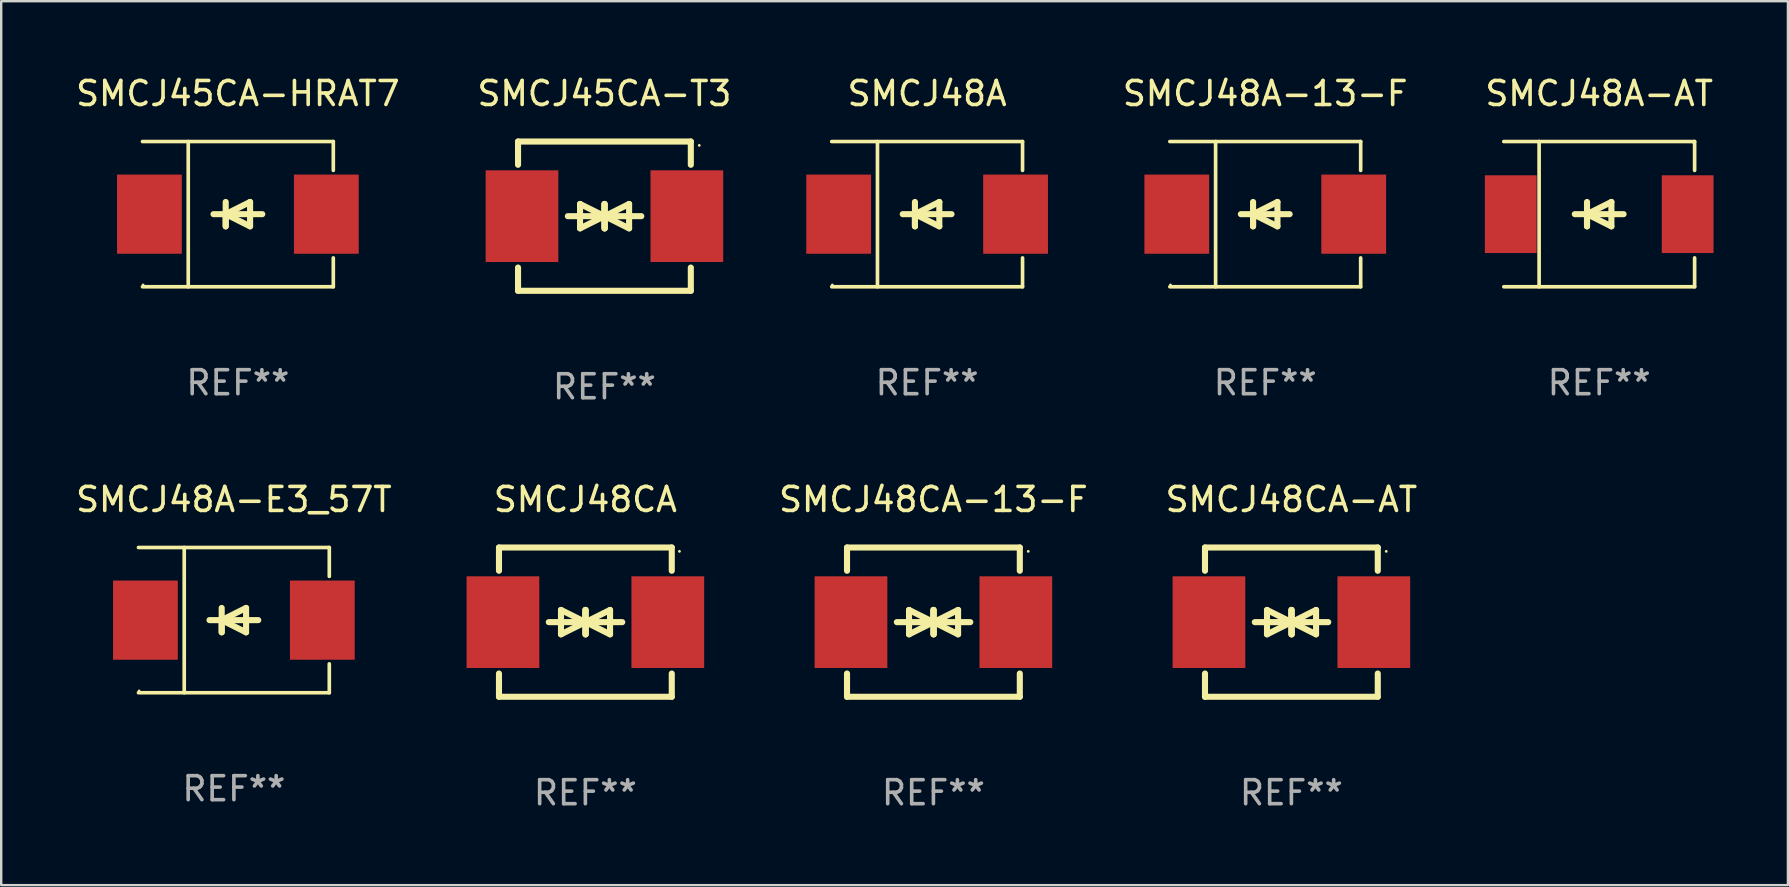
<source format=kicad_pcb>
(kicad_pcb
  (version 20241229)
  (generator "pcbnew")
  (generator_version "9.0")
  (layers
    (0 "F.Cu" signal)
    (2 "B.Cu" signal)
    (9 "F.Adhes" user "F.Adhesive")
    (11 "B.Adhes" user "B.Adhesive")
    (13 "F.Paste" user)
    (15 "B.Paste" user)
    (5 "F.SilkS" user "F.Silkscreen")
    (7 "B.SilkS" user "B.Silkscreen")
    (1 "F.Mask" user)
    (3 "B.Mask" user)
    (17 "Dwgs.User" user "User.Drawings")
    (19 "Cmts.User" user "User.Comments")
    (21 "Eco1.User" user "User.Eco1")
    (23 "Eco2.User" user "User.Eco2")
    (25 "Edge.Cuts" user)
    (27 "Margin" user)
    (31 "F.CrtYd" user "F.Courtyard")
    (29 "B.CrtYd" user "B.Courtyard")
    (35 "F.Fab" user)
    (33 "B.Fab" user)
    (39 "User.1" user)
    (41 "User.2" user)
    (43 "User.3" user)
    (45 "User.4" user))
  (footprint "SMCJ45CA-T3"
    (layer "F.Cu")
    (at 22.137 5.958)
    (property "Reference" "SMCJ45CA-T3" (at 0 -5.11 0) (layer "F.SilkS") (effects (font (size 1 1) (thickness 0.15))))
    (attr through_hole)
    (fp_line (start -3.6 -2.141) (end -3.6 -3.11) (stroke (width 0.254) (type solid)) (layer "F.SilkS"))
    (fp_line (start -3.6 3.11) (end -3.6 2.141) (stroke (width 0.254) (type solid)) (layer "F.SilkS"))
    (fp_line (start -1.524 0) (end 0.508 0) (stroke (width 0.254) (type solid)) (layer "F.SilkS"))
    (fp_line (start -1.016 -0.508) (end -1.016 0.508) (stroke (width 0.254) (type solid)) (layer "F.SilkS"))
    (fp_line (start -1.016 0.508) (end 0 0) (stroke (width 0.254) (type solid)) (layer "F.SilkS"))
    (fp_line (start 0 -0.508) (end 0 0.508) (stroke (width 0.254) (type solid)) (layer "F.SilkS"))
    (fp_line (start 0 0) (end -1.016 -0.508) (stroke (width 0.254) (type solid)) (layer "F.SilkS"))
    (fp_line (start 0 0) (end 0 -0.508) (stroke (width 0.254) (type solid)) (layer "F.SilkS"))
    (fp_line (start 0.012 0) (end 0.012 0.508) (stroke (width 0.254) (type solid)) (layer "F.SilkS"))
    (fp_line (start 0.012 0) (end 1.028 0.508) (stroke (width 0.254) (type solid)) (layer "F.SilkS"))
    (fp_line (start 0.012 0.508) (end 0.012 -0.508) (stroke (width 0.254) (type solid)) (layer "F.SilkS"))
    (fp_line (start 1.028 -0.508) (end 0.012 0) (stroke (width 0.254) (type solid)) (layer "F.SilkS"))
    (fp_line (start 1.028 0.508) (end 1.028 -0.508) (stroke (width 0.254) (type solid)) (layer "F.SilkS"))
    (fp_line (start 1.536 0) (end -0.496 0) (stroke (width 0.254) (type solid)) (layer "F.SilkS"))
    (fp_line (start 3.6 -3.11) (end -3.6 -3.11) (stroke (width 0.254) (type solid)) (layer "F.SilkS"))
    (fp_line (start 3.6 -2.141) (end 3.6 -3.11) (stroke (width 0.254) (type solid)) (layer "F.SilkS"))
    (fp_line (start 3.6 3.11) (end -3.6 3.11) (stroke (width 0.254) (type solid)) (layer "F.SilkS"))
    (fp_line (start 3.6 3.11) (end 3.6 2.141) (stroke (width 0.254) (type solid)) (layer "F.SilkS"))
    (fp_circle (center 3.952 -2.95) (end 3.982 -2.95) (stroke (width 0.06) (type solid)) (fill no) (layer "F.SilkS"))
    (fp_text user "REF**" (at 0 7.11 0) (layer "F.Fab") (effects (font (size 1 1) (thickness 0.15))))
    (pad "1" smd rect (at 3.435 0) (size 3.03 3.82) (layers "F.Cu" "F.Mask" "F.Paste"))
    (pad "2" smd rect (at -3.435 0) (size 3.03 3.82) (layers "F.Cu" "F.Mask" "F.Paste")))
  (footprint "SMCJ48A-E3_57T"
    (layer "F.Cu")
    (at 6.696 22.791)
    (property "Reference" "SMCJ48A-E3_57T" (at 0 -5.026 0) (layer "F.SilkS") (effects (font (size 1 1) (thickness 0.15))))
    (attr through_hole)
    (fp_line (start -3.976 -3.026) (end 3.976 -3.026) (stroke (width 0.152) (type solid)) (layer "F.SilkS"))
    (fp_line (start -3.976 3.026) (end 3.976 3.026) (stroke (width 0.152) (type solid)) (layer "F.SilkS"))
    (fp_line (start -2.069 -3.026) (end -2.069 3.026) (stroke (width 0.152) (type solid)) (layer "F.SilkS"))
    (fp_line (start -0.508 0) (end -0.508 0.508) (stroke (width 0.254) (type solid)) (layer "F.SilkS"))
    (fp_line (start -0.508 0) (end 0.508 0.508) (stroke (width 0.254) (type solid)) (layer "F.SilkS"))
    (fp_line (start -0.508 0.508) (end -0.508 -0.508) (stroke (width 0.254) (type solid)) (layer "F.SilkS"))
    (fp_line (start 0.508 -0.508) (end -0.508 0) (stroke (width 0.254) (type solid)) (layer "F.SilkS"))
    (fp_line (start 0.508 0.508) (end 0.508 -0.508) (stroke (width 0.254) (type solid)) (layer "F.SilkS"))
    (fp_line (start 1.016 0) (end -1.016 0) (stroke (width 0.254) (type solid)) (layer "F.SilkS"))
    (fp_line (start 3.976 -3.026) (end 3.976 -1.823) (stroke (width 0.152) (type solid)) (layer "F.SilkS"))
    (fp_line (start 3.976 3.026) (end 3.976 1.823) (stroke (width 0.152) (type solid)) (layer "F.SilkS"))
    (fp_circle (center -3.95 2.95) (end -3.92 2.95) (stroke (width 0.06) (type solid)) (fill no) (layer "F.SilkS"))
    (fp_text user "REF**" (at 0 7.026 0) (layer "F.Fab") (effects (font (size 1 1) (thickness 0.15))))
    (pad "1" smd rect (at -3.686 0) (size 2.7 3.3) (layers "F.Cu" "F.Mask" "F.Paste"))
    (pad "2" smd rect (at 3.686 0) (size 2.7 3.3) (layers "F.Cu" "F.Mask" "F.Paste")))
  (footprint "SMCJ48A"
    (layer "F.Cu")
    (at 35.584 5.874)
    (property "Reference" "SMCJ48A" (at 0 -5.026 0) (layer "F.SilkS") (effects (font (size 1 1) (thickness 0.15))))
    (attr through_hole)
    (fp_line (start -3.976 -3.026) (end 3.976 -3.026) (stroke (width 0.152) (type solid)) (layer "F.SilkS"))
    (fp_line (start -3.976 3.026) (end 3.976 3.026) (stroke (width 0.152) (type solid)) (layer "F.SilkS"))
    (fp_line (start -2.069 -3.026) (end -2.069 3.026) (stroke (width 0.152) (type solid)) (layer "F.SilkS"))
    (fp_line (start -0.508 0) (end -0.508 0.508) (stroke (width 0.254) (type solid)) (layer "F.SilkS"))
    (fp_line (start -0.508 0) (end 0.508 0.508) (stroke (width 0.254) (type solid)) (layer "F.SilkS"))
    (fp_line (start -0.508 0.508) (end -0.508 -0.508) (stroke (width 0.254) (type solid)) (layer "F.SilkS"))
    (fp_line (start 0.508 -0.508) (end -0.508 0) (stroke (width 0.254) (type solid)) (layer "F.SilkS"))
    (fp_line (start 0.508 0.508) (end 0.508 -0.508) (stroke (width 0.254) (type solid)) (layer "F.SilkS"))
    (fp_line (start 1.016 0) (end -1.016 0) (stroke (width 0.254) (type solid)) (layer "F.SilkS"))
    (fp_line (start 3.976 -3.026) (end 3.976 -1.823) (stroke (width 0.152) (type solid)) (layer "F.SilkS"))
    (fp_line (start 3.976 3.026) (end 3.976 1.823) (stroke (width 0.152) (type solid)) (layer "F.SilkS"))
    (fp_circle (center -3.95 2.95) (end -3.92 2.95) (stroke (width 0.06) (type solid)) (fill no) (layer "F.SilkS"))
    (fp_text user "REF**" (at 0 7.026 0) (layer "F.Fab") (effects (font (size 1 1) (thickness 0.15))))
    (pad "1" smd rect (at -3.686 0) (size 2.7 3.3) (layers "F.Cu" "F.Mask" "F.Paste"))
    (pad "2" smd rect (at 3.686 0) (size 2.7 3.3) (layers "F.Cu" "F.Mask" "F.Paste")))
  (footprint "SMCJ48CA-13-F"
    (layer "F.Cu")
    (at 35.846 22.875)
    (property "Reference" "SMCJ48CA-13-F" (at 0 -5.11 0) (layer "F.SilkS") (effects (font (size 1 1) (thickness 0.15))))
    (attr through_hole)
    (fp_line (start -3.6 -2.141) (end -3.6 -3.11) (stroke (width 0.254) (type solid)) (layer "F.SilkS"))
    (fp_line (start -3.6 3.11) (end -3.6 2.141) (stroke (width 0.254) (type solid)) (layer "F.SilkS"))
    (fp_line (start -1.524 0) (end 0.508 0) (stroke (width 0.254) (type solid)) (layer "F.SilkS"))
    (fp_line (start -1.016 -0.508) (end -1.016 0.508) (stroke (width 0.254) (type solid)) (layer "F.SilkS"))
    (fp_line (start -1.016 0.508) (end 0 0) (stroke (width 0.254) (type solid)) (layer "F.SilkS"))
    (fp_line (start 0 -0.508) (end 0 0.508) (stroke (width 0.254) (type solid)) (layer "F.SilkS"))
    (fp_line (start 0 0) (end -1.016 -0.508) (stroke (width 0.254) (type solid)) (layer "F.SilkS"))
    (fp_line (start 0 0) (end 0 -0.508) (stroke (width 0.254) (type solid)) (layer "F.SilkS"))
    (fp_line (start 0.012 0) (end 0.012 0.508) (stroke (width 0.254) (type solid)) (layer "F.SilkS"))
    (fp_line (start 0.012 0) (end 1.028 0.508) (stroke (width 0.254) (type solid)) (layer "F.SilkS"))
    (fp_line (start 0.012 0.508) (end 0.012 -0.508) (stroke (width 0.254) (type solid)) (layer "F.SilkS"))
    (fp_line (start 1.028 -0.508) (end 0.012 0) (stroke (width 0.254) (type solid)) (layer "F.SilkS"))
    (fp_line (start 1.028 0.508) (end 1.028 -0.508) (stroke (width 0.254) (type solid)) (layer "F.SilkS"))
    (fp_line (start 1.536 0) (end -0.496 0) (stroke (width 0.254) (type solid)) (layer "F.SilkS"))
    (fp_line (start 3.6 -3.11) (end -3.6 -3.11) (stroke (width 0.254) (type solid)) (layer "F.SilkS"))
    (fp_line (start 3.6 -2.141) (end 3.6 -3.11) (stroke (width 0.254) (type solid)) (layer "F.SilkS"))
    (fp_line (start 3.6 3.11) (end -3.6 3.11) (stroke (width 0.254) (type solid)) (layer "F.SilkS"))
    (fp_line (start 3.6 3.11) (end 3.6 2.141) (stroke (width 0.254) (type solid)) (layer "F.SilkS"))
    (fp_circle (center 3.952 -2.95) (end 3.982 -2.95) (stroke (width 0.06) (type solid)) (fill no) (layer "F.SilkS"))
    (fp_text user "REF**" (at 0 7.11 0) (layer "F.Fab") (effects (font (size 1 1) (thickness 0.15))))
    (pad "1" smd rect (at 3.435 0) (size 3.03 3.82) (layers "F.Cu" "F.Mask" "F.Paste"))
    (pad "2" smd rect (at -3.435 0) (size 3.03 3.82) (layers "F.Cu" "F.Mask" "F.Paste")))
  (footprint "SMCJ48CA"
    (layer "F.Cu")
    (at 21.343 22.875)
    (property "Reference" "SMCJ48CA" (at 0 -5.11 0) (layer "F.SilkS") (effects (font (size 1 1) (thickness 0.15))))
    (attr through_hole)
    (fp_line (start -3.6 -2.141) (end -3.6 -3.11) (stroke (width 0.254) (type solid)) (layer "F.SilkS"))
    (fp_line (start -3.6 3.11) (end -3.6 2.141) (stroke (width 0.254) (type solid)) (layer "F.SilkS"))
    (fp_line (start -1.524 0) (end 0.508 0) (stroke (width 0.254) (type solid)) (layer "F.SilkS"))
    (fp_line (start -1.016 -0.508) (end -1.016 0.508) (stroke (width 0.254) (type solid)) (layer "F.SilkS"))
    (fp_line (start -1.016 0.508) (end 0 0) (stroke (width 0.254) (type solid)) (layer "F.SilkS"))
    (fp_line (start 0 -0.508) (end 0 0.508) (stroke (width 0.254) (type solid)) (layer "F.SilkS"))
    (fp_line (start 0 0) (end -1.016 -0.508) (stroke (width 0.254) (type solid)) (layer "F.SilkS"))
    (fp_line (start 0 0) (end 0 -0.508) (stroke (width 0.254) (type solid)) (layer "F.SilkS"))
    (fp_line (start 0.012 0) (end 0.012 0.508) (stroke (width 0.254) (type solid)) (layer "F.SilkS"))
    (fp_line (start 0.012 0) (end 1.028 0.508) (stroke (width 0.254) (type solid)) (layer "F.SilkS"))
    (fp_line (start 0.012 0.508) (end 0.012 -0.508) (stroke (width 0.254) (type solid)) (layer "F.SilkS"))
    (fp_line (start 1.028 -0.508) (end 0.012 0) (stroke (width 0.254) (type solid)) (layer "F.SilkS"))
    (fp_line (start 1.028 0.508) (end 1.028 -0.508) (stroke (width 0.254) (type solid)) (layer "F.SilkS"))
    (fp_line (start 1.536 0) (end -0.496 0) (stroke (width 0.254) (type solid)) (layer "F.SilkS"))
    (fp_line (start 3.6 -3.11) (end -3.6 -3.11) (stroke (width 0.254) (type solid)) (layer "F.SilkS"))
    (fp_line (start 3.6 -2.141) (end 3.6 -3.11) (stroke (width 0.254) (type solid)) (layer "F.SilkS"))
    (fp_line (start 3.6 3.11) (end -3.6 3.11) (stroke (width 0.254) (type solid)) (layer "F.SilkS"))
    (fp_line (start 3.6 3.11) (end 3.6 2.141) (stroke (width 0.254) (type solid)) (layer "F.SilkS"))
    (fp_circle (center 3.921 -2.95) (end 3.951 -2.95) (stroke (width 0.06) (type solid)) (fill no) (layer "F.SilkS"))
    (fp_text user "REF**" (at 0 7.11 0) (layer "F.Fab") (effects (font (size 1 1) (thickness 0.15))))
    (pad "1" smd rect (at 3.435 0) (size 3.03 3.82) (layers "F.Cu" "F.Mask" "F.Paste"))
    (pad "2" smd rect (at -3.435 0) (size 3.03 3.82) (layers "F.Cu" "F.Mask" "F.Paste")))
  (footprint "SMCJ45CA-HRAT7"
    (layer "F.Cu")
    (at 6.863 5.874)
    (property "Reference" "SMCJ45CA-HRAT7" (at 0 -5.026 0) (layer "F.SilkS") (effects (font (size 1 1) (thickness 0.15))))
    (attr through_hole)
    (fp_line (start -3.976 -3.026) (end 3.976 -3.026) (stroke (width 0.152) (type solid)) (layer "F.SilkS"))
    (fp_line (start -3.976 3.026) (end 3.976 3.026) (stroke (width 0.152) (type solid)) (layer "F.SilkS"))
    (fp_line (start -2.069 -3.026) (end -2.069 3.026) (stroke (width 0.152) (type solid)) (layer "F.SilkS"))
    (fp_line (start -0.508 0) (end -0.508 0.508) (stroke (width 0.254) (type solid)) (layer "F.SilkS"))
    (fp_line (start -0.508 0) (end 0.508 0.508) (stroke (width 0.254) (type solid)) (layer "F.SilkS"))
    (fp_line (start -0.508 0.508) (end -0.508 -0.508) (stroke (width 0.254) (type solid)) (layer "F.SilkS"))
    (fp_line (start 0.508 -0.508) (end -0.508 0) (stroke (width 0.254) (type solid)) (layer "F.SilkS"))
    (fp_line (start 0.508 0.508) (end 0.508 -0.508) (stroke (width 0.254) (type solid)) (layer "F.SilkS"))
    (fp_line (start 1.016 0) (end -1.016 0) (stroke (width 0.254) (type solid)) (layer "F.SilkS"))
    (fp_line (start 3.976 -3.026) (end 3.976 -1.823) (stroke (width 0.152) (type solid)) (layer "F.SilkS"))
    (fp_line (start 3.976 3.026) (end 3.976 1.823) (stroke (width 0.152) (type solid)) (layer "F.SilkS"))
    (fp_circle (center -3.95 2.95) (end -3.92 2.95) (stroke (width 0.06) (type solid)) (fill no) (layer "F.SilkS"))
    (fp_text user "REF**" (at 0 7.026 0) (layer "F.Fab") (effects (font (size 1 1) (thickness 0.15))))
    (pad "1" smd rect (at -3.686 0) (size 2.7 3.3) (layers "F.Cu" "F.Mask" "F.Paste"))
    (pad "2" smd rect (at 3.686 0) (size 2.7 3.3) (layers "F.Cu" "F.Mask" "F.Paste")))
  (footprint "SMCJ48CA-AT"
    (layer "F.Cu")
    (at 50.763 22.875)
    (property "Reference" "SMCJ48CA-AT" (at 0 -5.11 0) (layer "F.SilkS") (effects (font (size 1 1) (thickness 0.15))))
    (attr through_hole)
    (fp_line (start -3.6 -2.141) (end -3.6 -3.11) (stroke (width 0.254) (type solid)) (layer "F.SilkS"))
    (fp_line (start -3.6 3.11) (end -3.6 2.141) (stroke (width 0.254) (type solid)) (layer "F.SilkS"))
    (fp_line (start -1.524 0) (end 0.508 0) (stroke (width 0.254) (type solid)) (layer "F.SilkS"))
    (fp_line (start -1.016 -0.508) (end -1.016 0.508) (stroke (width 0.254) (type solid)) (layer "F.SilkS"))
    (fp_line (start -1.016 0.508) (end 0 0) (stroke (width 0.254) (type solid)) (layer "F.SilkS"))
    (fp_line (start 0 -0.508) (end 0 0.508) (stroke (width 0.254) (type solid)) (layer "F.SilkS"))
    (fp_line (start 0 0) (end -1.016 -0.508) (stroke (width 0.254) (type solid)) (layer "F.SilkS"))
    (fp_line (start 0 0) (end 0 -0.508) (stroke (width 0.254) (type solid)) (layer "F.SilkS"))
    (fp_line (start 0.012 0) (end 0.012 0.508) (stroke (width 0.254) (type solid)) (layer "F.SilkS"))
    (fp_line (start 0.012 0) (end 1.028 0.508) (stroke (width 0.254) (type solid)) (layer "F.SilkS"))
    (fp_line (start 0.012 0.508) (end 0.012 -0.508) (stroke (width 0.254) (type solid)) (layer "F.SilkS"))
    (fp_line (start 1.028 -0.508) (end 0.012 0) (stroke (width 0.254) (type solid)) (layer "F.SilkS"))
    (fp_line (start 1.028 0.508) (end 1.028 -0.508) (stroke (width 0.254) (type solid)) (layer "F.SilkS"))
    (fp_line (start 1.536 0) (end -0.496 0) (stroke (width 0.254) (type solid)) (layer "F.SilkS"))
    (fp_line (start 3.6 -3.11) (end -3.6 -3.11) (stroke (width 0.254) (type solid)) (layer "F.SilkS"))
    (fp_line (start 3.6 -2.141) (end 3.6 -3.11) (stroke (width 0.254) (type solid)) (layer "F.SilkS"))
    (fp_line (start 3.6 3.11) (end -3.6 3.11) (stroke (width 0.254) (type solid)) (layer "F.SilkS"))
    (fp_line (start 3.6 3.11) (end 3.6 2.141) (stroke (width 0.254) (type solid)) (layer "F.SilkS"))
    (fp_circle (center 3.952 -2.95) (end 3.982 -2.95) (stroke (width 0.06) (type solid)) (fill no) (layer "F.SilkS"))
    (fp_text user "REF**" (at 0 7.11 0) (layer "F.Fab") (effects (font (size 1 1) (thickness 0.15))))
    (pad "1" smd rect (at 3.435 0) (size 3.03 3.82) (layers "F.Cu" "F.Mask" "F.Paste"))
    (pad "2" smd rect (at -3.435 0) (size 3.03 3.82) (layers "F.Cu" "F.Mask" "F.Paste")))
  (footprint "SMCJ48A-13-F"
    (layer "F.Cu")
    (at 49.674 5.874)
    (property "Reference" "SMCJ48A-13-F" (at 0 -5.026 0) (layer "F.SilkS") (effects (font (size 1 1) (thickness 0.15))))
    (attr through_hole)
    (fp_line (start -3.976 -3.026) (end 3.976 -3.026) (stroke (width 0.152) (type solid)) (layer "F.SilkS"))
    (fp_line (start -3.976 3.026) (end 3.976 3.026) (stroke (width 0.152) (type solid)) (layer "F.SilkS"))
    (fp_line (start -2.069 -3.026) (end -2.069 3.026) (stroke (width 0.152) (type solid)) (layer "F.SilkS"))
    (fp_line (start -0.508 0) (end -0.508 0.508) (stroke (width 0.254) (type solid)) (layer "F.SilkS"))
    (fp_line (start -0.508 0) (end 0.508 0.508) (stroke (width 0.254) (type solid)) (layer "F.SilkS"))
    (fp_line (start -0.508 0.508) (end -0.508 -0.508) (stroke (width 0.254) (type solid)) (layer "F.SilkS"))
    (fp_line (start 0.508 -0.508) (end -0.508 0) (stroke (width 0.254) (type solid)) (layer "F.SilkS"))
    (fp_line (start 0.508 0.508) (end 0.508 -0.508) (stroke (width 0.254) (type solid)) (layer "F.SilkS"))
    (fp_line (start 1.016 0) (end -1.016 0) (stroke (width 0.254) (type solid)) (layer "F.SilkS"))
    (fp_line (start 3.976 -3.026) (end 3.976 -1.823) (stroke (width 0.152) (type solid)) (layer "F.SilkS"))
    (fp_line (start 3.976 3.026) (end 3.976 1.823) (stroke (width 0.152) (type solid)) (layer "F.SilkS"))
    (fp_circle (center -3.95 2.95) (end -3.92 2.95) (stroke (width 0.06) (type solid)) (fill no) (layer "F.SilkS"))
    (fp_text user "REF**" (at 0 7.026 0) (layer "F.Fab") (effects (font (size 1 1) (thickness 0.15))))
    (pad "1" smd rect (at -3.686 0) (size 2.7 3.3) (layers "F.Cu" "F.Mask" "F.Paste"))
    (pad "2" smd rect (at 3.686 0) (size 2.7 3.3) (layers "F.Cu" "F.Mask" "F.Paste")))
  (footprint "SMCJ48A-AT"
    (layer "F.Cu")
    (at 63.59 5.874)
    (property "Reference" "SMCJ48A-AT" (at 0 -5.026 0) (layer "F.SilkS") (effects (font (size 1 1) (thickness 0.15))))
    (attr through_hole)
    (fp_line (start -3.976 -3.026) (end 3.976 -3.026) (stroke (width 0.152) (type solid)) (layer "F.SilkS"))
    (fp_line (start -3.976 3.026) (end 3.976 3.026) (stroke (width 0.152) (type solid)) (layer "F.SilkS"))
    (fp_line (start -2.504 -3.026) (end -2.504 3.026) (stroke (width 0.152) (type solid)) (layer "F.SilkS"))
    (fp_line (start -0.508 0) (end -0.508 0.508) (stroke (width 0.254) (type solid)) (layer "F.SilkS"))
    (fp_line (start -0.508 0) (end 0.508 0.508) (stroke (width 0.254) (type solid)) (layer "F.SilkS"))
    (fp_line (start -0.508 0.508) (end -0.508 -0.508) (stroke (width 0.254) (type solid)) (layer "F.SilkS"))
    (fp_line (start 0.508 -0.508) (end -0.508 0) (stroke (width 0.254) (type solid)) (layer "F.SilkS"))
    (fp_line (start 0.508 0.508) (end 0.508 -0.508) (stroke (width 0.254) (type solid)) (layer "F.SilkS"))
    (fp_line (start 1.016 0) (end -1.016 0) (stroke (width 0.254) (type solid)) (layer "F.SilkS"))
    (fp_line (start 3.976 -3.026) (end 3.976 -1.823) (stroke (width 0.152) (type solid)) (layer "F.SilkS"))
    (fp_line (start 3.976 3.026) (end 3.976 1.823) (stroke (width 0.152) (type solid)) (layer "F.SilkS"))
    (fp_circle (center 3.95 -2.95) (end 3.98 -2.95) (stroke (width 0.06) (type solid)) (fill no) (layer "F.SilkS"))
    (fp_text user "REF**" (at 0 7.026 0) (layer "F.Fab") (effects (font (size 1 1) (thickness 0.15))))
    (pad "1" smd rect (at 3.686 0 180) (size 2.158 3.24) (layers "F.Cu" "F.Mask" "F.Paste"))
    (pad "2" smd rect (at -3.686 0 180) (size 2.158 3.24) (layers "F.Cu" "F.Mask" "F.Paste")))
  (gr_rect
    (start -3 -3)
    (end 71.454 33.833)
    (stroke (width 0.1) (type default))
    (fill no)
    (layer "Edge.Cuts")))
</source>
